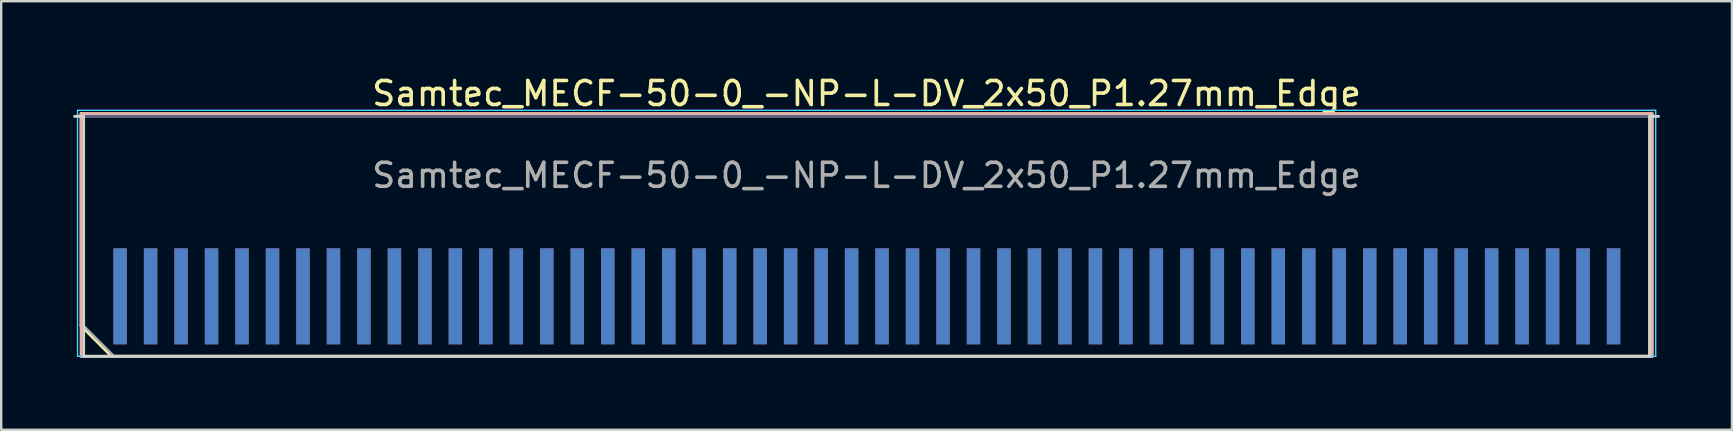
<source format=kicad_pcb>
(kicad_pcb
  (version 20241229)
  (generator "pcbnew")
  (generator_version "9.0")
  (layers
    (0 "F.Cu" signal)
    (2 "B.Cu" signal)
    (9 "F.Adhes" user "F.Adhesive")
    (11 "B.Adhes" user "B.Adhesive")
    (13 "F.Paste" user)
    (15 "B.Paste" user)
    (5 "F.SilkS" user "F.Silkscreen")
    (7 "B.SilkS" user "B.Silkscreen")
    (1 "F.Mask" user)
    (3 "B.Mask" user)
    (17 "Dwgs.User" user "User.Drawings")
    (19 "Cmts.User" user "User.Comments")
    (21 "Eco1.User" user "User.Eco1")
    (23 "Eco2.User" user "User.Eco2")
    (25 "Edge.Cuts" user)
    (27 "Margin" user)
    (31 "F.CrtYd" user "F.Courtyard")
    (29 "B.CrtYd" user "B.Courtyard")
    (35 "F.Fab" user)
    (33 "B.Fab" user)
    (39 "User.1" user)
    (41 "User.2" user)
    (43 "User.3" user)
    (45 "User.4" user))
  (footprint "Samtec_MECF-50-0_-NP-L-DV_2x50_P1.27mm_Edge"
    (layer "F.Cu")
    (at 33.06 6.798)
    (property "Reference" "Samtec_MECF-50-0_-NP-L-DV_2x50_P1.27mm_Edge" (at 0 -5.95 0) (layer "F.SilkS") (effects (font (size 1 1) (thickness 0.15))))
    (attr exclude_from_pos_files exclude_from_bom)
    (fp_line (start -32.73 -5.11) (end 32.73 -5.11) (stroke (width 0.12) (type solid)) (layer "F.SilkS"))
    (fp_line (start -32.73 3.73) (end -32.73 -5.11) (stroke (width 0.12) (type solid)) (layer "F.SilkS"))
    (fp_line (start -31.46 5) (end -32.73 3.73) (stroke (width 0.12) (type solid)) (layer "F.SilkS"))
    (fp_line (start -31.46 5) (end 32.73 5) (stroke (width 0.12) (type solid)) (layer "F.SilkS"))
    (fp_line (start 32.73 5) (end 32.73 -5.11) (stroke (width 0.12) (type solid)) (layer "F.SilkS"))
    (fp_line (start -32.73 -5.11) (end 32.73 -5.11) (stroke (width 0.12) (type solid)) (layer "B.SilkS"))
    (fp_line (start -32.73 5) (end -32.73 -5.11) (stroke (width 0.12) (type solid)) (layer "B.SilkS"))
    (fp_line (start -32.73 5) (end 32.73 5) (stroke (width 0.12) (type solid)) (layer "B.SilkS"))
    (fp_line (start 32.73 5) (end 32.73 -5.11) (stroke (width 0.12) (type solid)) (layer "B.SilkS"))
    (fp_line (start -33 -5) (end -32.625 -5) (stroke (width 0.12) (type solid)) (layer "Edge.Cuts"))
    (fp_line (start -32.625 5) (end -32.625 -5) (stroke (width 0.12) (type solid)) (layer "Edge.Cuts"))
    (fp_line (start -32.625 5) (end 32.625 5) (stroke (width 0.12) (type solid)) (layer "Edge.Cuts"))
    (fp_line (start 32.625 5) (end 32.625 -5) (stroke (width 0.12) (type solid)) (layer "Edge.Cuts"))
    (fp_line (start 33 -5) (end 32.625 -5) (stroke (width 0.12) (type solid)) (layer "Edge.Cuts"))
    (fp_line (start -32.88 -5.25) (end -32.88 5) (stroke (width 0.05) (type solid)) (layer "B.CrtYd"))
    (fp_line (start -32.88 5) (end 32.88 5) (stroke (width 0.05) (type solid)) (layer "B.CrtYd"))
    (fp_line (start 32.88 -5.25) (end -32.88 -5.25) (stroke (width 0.05) (type solid)) (layer "B.CrtYd"))
    (fp_line (start 32.88 5) (end 32.88 -5.25) (stroke (width 0.05) (type solid)) (layer "B.CrtYd"))
    (fp_line (start -32.88 -5.25) (end -32.88 5) (stroke (width 0.05) (type solid)) (layer "F.CrtYd"))
    (fp_line (start -32.88 5) (end 32.88 5) (stroke (width 0.05) (type solid)) (layer "F.CrtYd"))
    (fp_line (start 32.88 -5.25) (end -32.88 -5.25) (stroke (width 0.05) (type solid)) (layer "F.CrtYd"))
    (fp_line (start 32.88 5) (end 32.88 -5.25) (stroke (width 0.05) (type solid)) (layer "F.CrtYd"))
    (fp_line (start -32.625 -5) (end 32.625 -5) (stroke (width 0.1) (type solid)) (layer "B.Fab"))
    (fp_line (start -32.625 5) (end -32.625 -5) (stroke (width 0.1) (type solid)) (layer "B.Fab"))
    (fp_line (start -32.625 5) (end 32.625 5) (stroke (width 0.1) (type solid)) (layer "B.Fab"))
    (fp_line (start 32.625 5) (end 32.625 -5) (stroke (width 0.1) (type solid)) (layer "B.Fab"))
    (fp_line (start -32.625 -5) (end 32.625 -5) (stroke (width 0.1) (type solid)) (layer "F.Fab"))
    (fp_line (start -32.625 3.73) (end -32.625 -5) (stroke (width 0.1) (type solid)) (layer "F.Fab"))
    (fp_line (start -32.625 3.73) (end -31.355 5) (stroke (width 0.1) (type solid)) (layer "F.Fab"))
    (fp_line (start -31.355 5) (end 32.625 5) (stroke (width 0.1) (type solid)) (layer "F.Fab"))
    (fp_line (start 32.625 5) (end 32.625 -5) (stroke (width 0.1) (type solid)) (layer "F.Fab"))
    (fp_text user "${REFERENCE}" (at 0 -2.54 0) (layer "F.Fab") (effects (font (size 1 1) (thickness 0.15))))
    (pad "1" connect rect (at -31.105 2.5) (size 0.56 4) (layers "F.Cu" "F.Mask"))
    (pad "2" connect rect (at -31.105 2.5) (size 0.56 4) (layers "B.Cu" "B.Mask"))
    (pad "3" connect rect (at -29.835 2.5) (size 0.56 4) (layers "F.Cu" "F.Mask"))
    (pad "4" connect rect (at -29.835 2.5) (size 0.56 4) (layers "B.Cu" "B.Mask"))
    (pad "5" connect rect (at -28.565 2.5) (size 0.56 4) (layers "F.Cu" "F.Mask"))
    (pad "6" connect rect (at -28.565 2.5) (size 0.56 4) (layers "B.Cu" "B.Mask"))
    (pad "7" connect rect (at -27.295 2.5) (size 0.56 4) (layers "F.Cu" "F.Mask"))
    (pad "8" connect rect (at -27.295 2.5) (size 0.56 4) (layers "B.Cu" "B.Mask"))
    (pad "9" connect rect (at -26.025 2.5) (size 0.56 4) (layers "F.Cu" "F.Mask"))
    (pad "10" connect rect (at -26.025 2.5) (size 0.56 4) (layers "B.Cu" "B.Mask"))
    (pad "11" connect rect (at -24.755 2.5) (size 0.56 4) (layers "F.Cu" "F.Mask"))
    (pad "12" connect rect (at -24.755 2.5) (size 0.56 4) (layers "B.Cu" "B.Mask"))
    (pad "13" connect rect (at -23.485 2.5) (size 0.56 4) (layers "F.Cu" "F.Mask"))
    (pad "14" connect rect (at -23.485 2.5) (size 0.56 4) (layers "B.Cu" "B.Mask"))
    (pad "15" connect rect (at -22.215 2.5) (size 0.56 4) (layers "F.Cu" "F.Mask"))
    (pad "16" connect rect (at -22.215 2.5) (size 0.56 4) (layers "B.Cu" "B.Mask"))
    (pad "17" connect rect (at -20.945 2.5) (size 0.56 4) (layers "F.Cu" "F.Mask"))
    (pad "18" connect rect (at -20.945 2.5) (size 0.56 4) (layers "B.Cu" "B.Mask"))
    (pad "19" connect rect (at -19.675 2.5) (size 0.56 4) (layers "F.Cu" "F.Mask"))
    (pad "20" connect rect (at -19.675 2.5) (size 0.56 4) (layers "B.Cu" "B.Mask"))
    (pad "21" connect rect (at -18.405 2.5) (size 0.56 4) (layers "F.Cu" "F.Mask"))
    (pad "22" connect rect (at -18.405 2.5) (size 0.56 4) (layers "B.Cu" "B.Mask"))
    (pad "23" connect rect (at -17.135 2.5) (size 0.56 4) (layers "F.Cu" "F.Mask"))
    (pad "24" connect rect (at -17.135 2.5) (size 0.56 4) (layers "B.Cu" "B.Mask"))
    (pad "25" connect rect (at -15.865 2.5) (size 0.56 4) (layers "F.Cu" "F.Mask"))
    (pad "26" connect rect (at -15.865 2.5) (size 0.56 4) (layers "B.Cu" "B.Mask"))
    (pad "27" connect rect (at -14.595 2.5) (size 0.56 4) (layers "F.Cu" "F.Mask"))
    (pad "28" connect rect (at -14.595 2.5) (size 0.56 4) (layers "B.Cu" "B.Mask"))
    (pad "29" connect rect (at -13.325 2.5) (size 0.56 4) (layers "F.Cu" "F.Mask"))
    (pad "30" connect rect (at -13.325 2.5) (size 0.56 4) (layers "B.Cu" "B.Mask"))
    (pad "31" connect rect (at -12.055 2.5) (size 0.56 4) (layers "F.Cu" "F.Mask"))
    (pad "32" connect rect (at -12.055 2.5) (size 0.56 4) (layers "B.Cu" "B.Mask"))
    (pad "33" connect rect (at -10.785 2.5) (size 0.56 4) (layers "F.Cu" "F.Mask"))
    (pad "34" connect rect (at -10.785 2.5) (size 0.56 4) (layers "B.Cu" "B.Mask"))
    (pad "35" connect rect (at -9.515 2.5) (size 0.56 4) (layers "F.Cu" "F.Mask"))
    (pad "36" connect rect (at -9.515 2.5) (size 0.56 4) (layers "B.Cu" "B.Mask"))
    (pad "37" connect rect (at -8.245 2.5) (size 0.56 4) (layers "F.Cu" "F.Mask"))
    (pad "38" connect rect (at -8.245 2.5) (size 0.56 4) (layers "B.Cu" "B.Mask"))
    (pad "39" connect rect (at -6.975 2.5) (size 0.56 4) (layers "F.Cu" "F.Mask"))
    (pad "40" connect rect (at -6.975 2.5) (size 0.56 4) (layers "B.Cu" "B.Mask"))
    (pad "41" connect rect (at -5.705 2.5) (size 0.56 4) (layers "F.Cu" "F.Mask"))
    (pad "42" connect rect (at -5.705 2.5) (size 0.56 4) (layers "B.Cu" "B.Mask"))
    (pad "43" connect rect (at -4.435 2.5) (size 0.56 4) (layers "F.Cu" "F.Mask"))
    (pad "44" connect rect (at -4.435 2.5) (size 0.56 4) (layers "B.Cu" "B.Mask"))
    (pad "45" connect rect (at -3.165 2.5) (size 0.56 4) (layers "F.Cu" "F.Mask"))
    (pad "46" connect rect (at -3.165 2.5) (size 0.56 4) (layers "B.Cu" "B.Mask"))
    (pad "47" connect rect (at -1.895 2.5) (size 0.56 4) (layers "F.Cu" "F.Mask"))
    (pad "48" connect rect (at -1.895 2.5) (size 0.56 4) (layers "B.Cu" "B.Mask"))
    (pad "49" connect rect (at -0.625 2.5) (size 0.56 4) (layers "F.Cu" "F.Mask"))
    (pad "50" connect rect (at -0.625 2.5) (size 0.56 4) (layers "B.Cu" "B.Mask"))
    (pad "51" connect rect (at 0.645 2.5) (size 0.56 4) (layers "F.Cu" "F.Mask"))
    (pad "52" connect rect (at 0.645 2.5) (size 0.56 4) (layers "B.Cu" "B.Mask"))
    (pad "53" connect rect (at 1.915 2.5) (size 0.56 4) (layers "F.Cu" "F.Mask"))
    (pad "54" connect rect (at 1.915 2.5) (size 0.56 4) (layers "B.Cu" "B.Mask"))
    (pad "55" connect rect (at 3.185 2.5) (size 0.56 4) (layers "F.Cu" "F.Mask"))
    (pad "56" connect rect (at 3.185 2.5) (size 0.56 4) (layers "B.Cu" "B.Mask"))
    (pad "57" connect rect (at 4.455 2.5) (size 0.56 4) (layers "F.Cu" "F.Mask"))
    (pad "58" connect rect (at 4.455 2.5) (size 0.56 4) (layers "B.Cu" "B.Mask"))
    (pad "59" connect rect (at 5.725 2.5) (size 0.56 4) (layers "F.Cu" "F.Mask"))
    (pad "60" connect rect (at 5.725 2.5) (size 0.56 4) (layers "B.Cu" "B.Mask"))
    (pad "61" connect rect (at 6.995 2.5) (size 0.56 4) (layers "F.Cu" "F.Mask"))
    (pad "62" connect rect (at 6.995 2.5) (size 0.56 4) (layers "B.Cu" "B.Mask"))
    (pad "63" connect rect (at 8.265 2.5) (size 0.56 4) (layers "F.Cu" "F.Mask"))
    (pad "64" connect rect (at 8.265 2.5) (size 0.56 4) (layers "B.Cu" "B.Mask"))
    (pad "65" connect rect (at 9.535 2.5) (size 0.56 4) (layers "F.Cu" "F.Mask"))
    (pad "66" connect rect (at 9.535 2.5) (size 0.56 4) (layers "B.Cu" "B.Mask"))
    (pad "67" connect rect (at 10.805 2.5) (size 0.56 4) (layers "F.Cu" "F.Mask"))
    (pad "68" connect rect (at 10.805 2.5) (size 0.56 4) (layers "B.Cu" "B.Mask"))
    (pad "69" connect rect (at 12.075 2.5) (size 0.56 4) (layers "F.Cu" "F.Mask"))
    (pad "70" connect rect (at 12.075 2.5) (size 0.56 4) (layers "B.Cu" "B.Mask"))
    (pad "71" connect rect (at 13.345 2.5) (size 0.56 4) (layers "F.Cu" "F.Mask"))
    (pad "72" connect rect (at 13.345 2.5) (size 0.56 4) (layers "B.Cu" "B.Mask"))
    (pad "73" connect rect (at 14.615 2.5) (size 0.56 4) (layers "F.Cu" "F.Mask"))
    (pad "74" connect rect (at 14.615 2.5) (size 0.56 4) (layers "B.Cu" "B.Mask"))
    (pad "75" connect rect (at 15.885 2.5) (size 0.56 4) (layers "F.Cu" "F.Mask"))
    (pad "76" connect rect (at 15.885 2.5) (size 0.56 4) (layers "B.Cu" "B.Mask"))
    (pad "77" connect rect (at 17.155 2.5) (size 0.56 4) (layers "F.Cu" "F.Mask"))
    (pad "78" connect rect (at 17.155 2.5) (size 0.56 4) (layers "B.Cu" "B.Mask"))
    (pad "79" connect rect (at 18.425 2.5) (size 0.56 4) (layers "F.Cu" "F.Mask"))
    (pad "80" connect rect (at 18.425 2.5) (size 0.56 4) (layers "B.Cu" "B.Mask"))
    (pad "81" connect rect (at 19.695 2.5) (size 0.56 4) (layers "F.Cu" "F.Mask"))
    (pad "82" connect rect (at 19.695 2.5) (size 0.56 4) (layers "B.Cu" "B.Mask"))
    (pad "83" connect rect (at 20.965 2.5) (size 0.56 4) (layers "F.Cu" "F.Mask"))
    (pad "84" connect rect (at 20.965 2.5) (size 0.56 4) (layers "B.Cu" "B.Mask"))
    (pad "85" connect rect (at 22.235 2.5) (size 0.56 4) (layers "F.Cu" "F.Mask"))
    (pad "86" connect rect (at 22.235 2.5) (size 0.56 4) (layers "B.Cu" "B.Mask"))
    (pad "87" connect rect (at 23.505 2.5) (size 0.56 4) (layers "F.Cu" "F.Mask"))
    (pad "88" connect rect (at 23.505 2.5) (size 0.56 4) (layers "B.Cu" "B.Mask"))
    (pad "89" connect rect (at 24.775 2.5) (size 0.56 4) (layers "F.Cu" "F.Mask"))
    (pad "90" connect rect (at 24.775 2.5) (size 0.56 4) (layers "B.Cu" "B.Mask"))
    (pad "91" connect rect (at 26.045 2.5) (size 0.56 4) (layers "F.Cu" "F.Mask"))
    (pad "92" connect rect (at 26.045 2.5) (size 0.56 4) (layers "B.Cu" "B.Mask"))
    (pad "93" connect rect (at 27.315 2.5) (size 0.56 4) (layers "F.Cu" "F.Mask"))
    (pad "94" connect rect (at 27.315 2.5) (size 0.56 4) (layers "B.Cu" "B.Mask"))
    (pad "95" connect rect (at 28.585 2.5) (size 0.56 4) (layers "F.Cu" "F.Mask"))
    (pad "96" connect rect (at 28.585 2.5) (size 0.56 4) (layers "B.Cu" "B.Mask"))
    (pad "97" connect rect (at 29.855 2.5) (size 0.56 4) (layers "F.Cu" "F.Mask"))
    (pad "98" connect rect (at 29.855 2.5) (size 0.56 4) (layers "B.Cu" "B.Mask"))
    (pad "99" connect rect (at 31.125 2.5) (size 0.56 4) (layers "F.Cu" "F.Mask"))
    (pad "100" connect rect (at 31.125 2.5) (size 0.56 4) (layers "B.Cu" "B.Mask")))
  (gr_rect
    (start -3 -3)
    (end 69.12 14.858)
    (stroke (width 0.1) (type default))
    (fill no)
    (layer "Edge.Cuts")))
</source>
